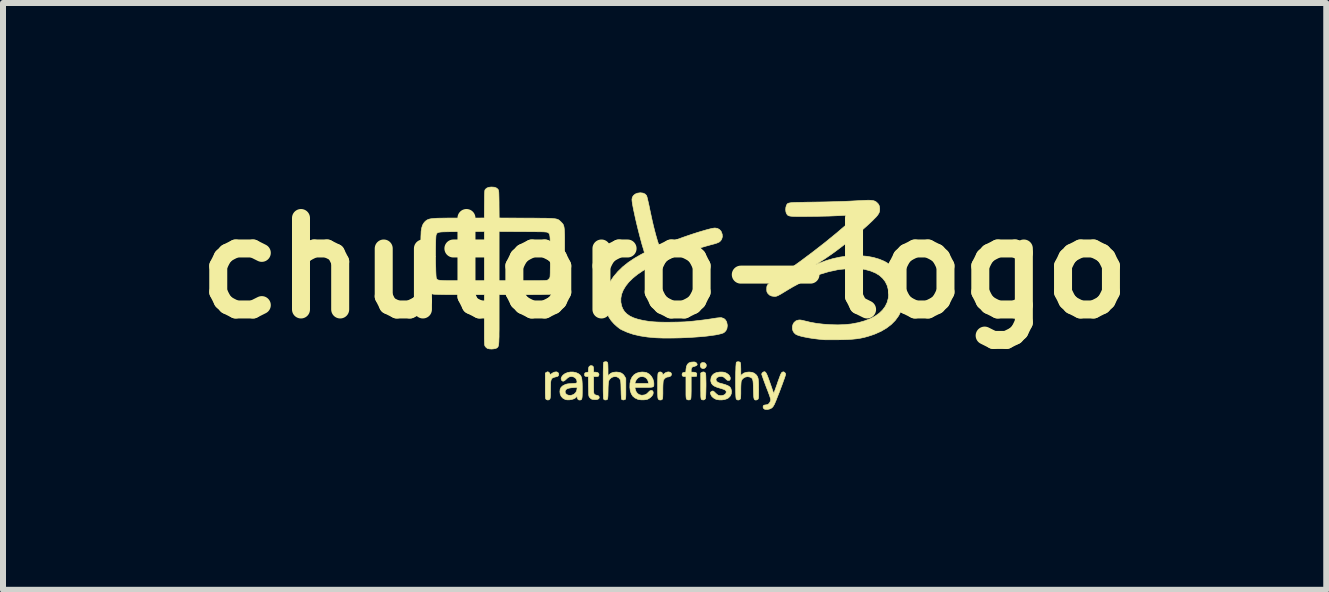
<source format=kicad_pcb>
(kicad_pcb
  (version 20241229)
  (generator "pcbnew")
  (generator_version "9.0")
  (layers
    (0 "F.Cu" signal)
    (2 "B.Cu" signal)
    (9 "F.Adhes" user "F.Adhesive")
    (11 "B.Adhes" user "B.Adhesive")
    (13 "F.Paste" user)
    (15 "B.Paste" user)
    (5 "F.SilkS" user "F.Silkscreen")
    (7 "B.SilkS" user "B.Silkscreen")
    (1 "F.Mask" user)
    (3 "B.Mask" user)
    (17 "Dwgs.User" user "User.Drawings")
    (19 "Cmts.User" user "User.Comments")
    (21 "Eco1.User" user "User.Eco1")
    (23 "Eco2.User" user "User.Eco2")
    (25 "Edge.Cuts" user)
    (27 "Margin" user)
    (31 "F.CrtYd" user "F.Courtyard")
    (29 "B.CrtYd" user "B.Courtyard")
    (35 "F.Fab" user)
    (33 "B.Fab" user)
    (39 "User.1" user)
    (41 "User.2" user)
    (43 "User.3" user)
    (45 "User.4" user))
  (footprint "chutoro-logo"
    (layer "F.Cu")
    (at 8.026 1.418)
    (property "Reference" "chutoro-logo" (at 0 0 0) (layer "F.SilkS") (effects (font (size 1.524 1.524) (thickness 0.3))))
    (attr through_hole)
    (fp_poly (pts (xy 0.658 1.575) (xy 0.677 1.584) (xy 0.684 1.591) (xy 0.695 1.612) (xy 0.694 1.635) (xy 0.684 1.655) (xy 0.666 1.669) (xy 0.643 1.675) (xy 0.624 1.671) (xy 0.607 1.659) (xy 0.597 1.64) (xy 0.595 1.618) (xy 0.6 1.596) (xy 0.613 1.581) (xy 0.63 1.574) (xy 0.658 1.575)) (stroke (width 0.01) (type solid)) (fill yes) (layer "F.SilkS"))
    (fp_poly (pts (xy 0.663 1.734) (xy 0.679 1.747) (xy 0.683 1.754) (xy 0.685 1.768) (xy 0.687 1.793) (xy 0.688 1.828) (xy 0.689 1.871) (xy 0.69 1.917) (xy 0.69 1.967) (xy 0.689 2.016) (xy 0.688 2.062) (xy 0.687 2.104) (xy 0.685 2.139) (xy 0.683 2.164) (xy 0.68 2.177) (xy 0.68 2.177) (xy 0.665 2.192) (xy 0.645 2.198) (xy 0.624 2.194) (xy 0.614 2.188) (xy 0.611 2.183) (xy 0.608 2.175) (xy 0.606 2.162) (xy 0.604 2.143) (xy 0.603 2.116) (xy 0.603 2.08) (xy 0.602 2.032) (xy 0.602 1.971) (xy 0.602 1.963) (xy 0.602 1.749) (xy 0.62 1.738) (xy 0.642 1.73) (xy 0.663 1.734)) (stroke (width 0.01) (type solid)) (fill yes) (layer "F.SilkS"))
    (fp_poly (pts (xy -1.942 1.73) (xy -1.931 1.735) (xy -1.915 1.751) (xy -1.91 1.765) (xy -1.908 1.783) (xy -1.888 1.763) (xy -1.867 1.748) (xy -1.842 1.736) (xy -1.836 1.734) (xy -1.806 1.729) (xy -1.783 1.736) (xy -1.768 1.752) (xy -1.765 1.766) (xy -1.767 1.788) (xy -1.78 1.803) (xy -1.806 1.811) (xy -1.832 1.817) (xy -1.856 1.826) (xy -1.871 1.833) (xy -1.881 1.843) (xy -1.889 1.858) (xy -1.895 1.878) (xy -1.899 1.907) (xy -1.9 1.946) (xy -1.901 1.996) (xy -1.901 2.027) (xy -1.902 2.077) (xy -1.902 2.115) (xy -1.904 2.143) (xy -1.906 2.162) (xy -1.909 2.175) (xy -1.913 2.183) (xy -1.913 2.183) (xy -1.93 2.196) (xy -1.951 2.198) (xy -1.971 2.19) (xy -1.976 2.186) (xy -1.98 2.18) (xy -1.983 2.172) (xy -1.985 2.159) (xy -1.986 2.14) (xy -1.987 2.114) (xy -1.988 2.077) (xy -1.988 2.03) (xy -1.988 1.97) (xy -1.988 1.961) (xy -1.988 1.749) (xy -1.969 1.737) (xy -1.954 1.729) (xy -1.942 1.73)) (stroke (width 0.01) (type solid)) (fill yes) (layer "F.SilkS"))
    (fp_poly (pts (xy 0.093 1.736) (xy 0.109 1.749) (xy 0.11 1.75) (xy 0.115 1.773) (xy 0.108 1.792) (xy 0.09 1.806) (xy 0.062 1.814) (xy 0.051 1.814) (xy 0.027 1.821) (xy 0.004 1.838) (xy -0.015 1.861) (xy -0.022 1.878) (xy -0.024 1.894) (xy -0.026 1.921) (xy -0.028 1.958) (xy -0.029 2) (xy -0.029 2.041) (xy -0.029 2.09) (xy -0.03 2.126) (xy -0.031 2.152) (xy -0.033 2.17) (xy -0.036 2.181) (xy -0.04 2.187) (xy -0.04 2.188) (xy -0.059 2.198) (xy -0.082 2.198) (xy -0.101 2.188) (xy -0.105 2.183) (xy -0.108 2.176) (xy -0.111 2.165) (xy -0.113 2.149) (xy -0.114 2.126) (xy -0.115 2.094) (xy -0.116 2.052) (xy -0.116 1.998) (xy -0.116 1.969) (xy -0.116 1.916) (xy -0.115 1.867) (xy -0.114 1.825) (xy -0.113 1.79) (xy -0.111 1.766) (xy -0.109 1.754) (xy -0.109 1.754) (xy -0.098 1.739) (xy -0.087 1.732) (xy -0.066 1.731) (xy -0.048 1.738) (xy -0.037 1.75) (xy -0.036 1.756) (xy -0.033 1.771) (xy -0.024 1.773) (xy -0.009 1.762) (xy -0.007 1.76) (xy 0.016 1.743) (xy 0.042 1.733) (xy 0.069 1.73) (xy 0.093 1.736)) (stroke (width 0.01) (type solid)) (fill yes) (layer "F.SilkS"))
    (fp_poly (pts (xy 0.499 1.565) (xy 0.515 1.569) (xy 0.526 1.576) (xy 0.53 1.581) (xy 0.54 1.595) (xy 0.544 1.603) (xy 0.538 1.618) (xy 0.52 1.63) (xy 0.496 1.638) (xy 0.495 1.638) (xy 0.467 1.646) (xy 0.451 1.662) (xy 0.443 1.689) (xy 0.443 1.703) (xy 0.443 1.734) (xy 0.471 1.734) (xy 0.495 1.736) (xy 0.517 1.741) (xy 0.519 1.742) (xy 0.531 1.749) (xy 0.536 1.76) (xy 0.536 1.776) (xy 0.533 1.803) (xy 0.488 1.806) (xy 0.443 1.808) (xy 0.443 1.992) (xy 0.443 2.05) (xy 0.442 2.094) (xy 0.441 2.128) (xy 0.44 2.153) (xy 0.438 2.169) (xy 0.436 2.18) (xy 0.433 2.186) (xy 0.431 2.188) (xy 0.413 2.197) (xy 0.39 2.197) (xy 0.37 2.188) (xy 0.368 2.186) (xy 0.364 2.18) (xy 0.361 2.171) (xy 0.359 2.158) (xy 0.357 2.137) (xy 0.356 2.108) (xy 0.356 2.07) (xy 0.356 2.019) (xy 0.356 1.99) (xy 0.356 1.807) (xy 0.332 1.807) (xy 0.308 1.804) (xy 0.295 1.795) (xy 0.291 1.777) (xy 0.292 1.77) (xy 0.295 1.754) (xy 0.302 1.745) (xy 0.32 1.74) (xy 0.324 1.739) (xy 0.354 1.732) (xy 0.357 1.684) (xy 0.365 1.638) (xy 0.38 1.604) (xy 0.404 1.581) (xy 0.438 1.568) (xy 0.474 1.565) (xy 0.499 1.565)) (stroke (width 0.01) (type solid)) (fill yes) (layer "F.SilkS"))
    (fp_poly (pts (xy -1.204 1.629) (xy -1.191 1.639) (xy -1.185 1.66) (xy -1.183 1.692) (xy -1.183 1.694) (xy -1.183 1.734) (xy -1.152 1.734) (xy -1.121 1.739) (xy -1.101 1.751) (xy -1.093 1.77) (xy -1.097 1.791) (xy -1.102 1.8) (xy -1.112 1.805) (xy -1.13 1.807) (xy -1.143 1.807) (xy -1.183 1.807) (xy -1.183 1.949) (xy -1.183 1.998) (xy -1.182 2.034) (xy -1.182 2.06) (xy -1.18 2.078) (xy -1.177 2.09) (xy -1.174 2.098) (xy -1.169 2.104) (xy -1.168 2.105) (xy -1.15 2.115) (xy -1.133 2.119) (xy -1.11 2.124) (xy -1.094 2.138) (xy -1.089 2.155) (xy -1.094 2.174) (xy -1.11 2.185) (xy -1.137 2.191) (xy -1.156 2.192) (xy -1.183 2.19) (xy -1.207 2.186) (xy -1.219 2.182) (xy -1.235 2.17) (xy -1.251 2.153) (xy -1.251 2.153) (xy -1.256 2.146) (xy -1.26 2.137) (xy -1.263 2.125) (xy -1.265 2.107) (xy -1.266 2.083) (xy -1.267 2.049) (xy -1.268 2.003) (xy -1.269 1.97) (xy -1.271 1.807) (xy -1.294 1.807) (xy -1.318 1.804) (xy -1.331 1.795) (xy -1.334 1.776) (xy -1.334 1.77) (xy -1.331 1.754) (xy -1.323 1.745) (xy -1.307 1.74) (xy -1.301 1.739) (xy -1.27 1.732) (xy -1.27 1.695) (xy -1.266 1.66) (xy -1.256 1.638) (xy -1.237 1.627) (xy -1.223 1.626) (xy -1.204 1.629)) (stroke (width 0.01) (type solid)) (fill yes) (layer "F.SilkS"))
    (fp_poly (pts (xy -0.335 1.735) (xy -0.302 1.742) (xy -0.294 1.745) (xy -0.253 1.769) (xy -0.22 1.805) (xy -0.195 1.849) (xy -0.181 1.898) (xy -0.179 1.923) (xy -0.179 1.944) (xy -0.18 1.96) (xy -0.184 1.971) (xy -0.194 1.979) (xy -0.21 1.984) (xy -0.235 1.987) (xy -0.269 1.988) (xy -0.316 1.988) (xy -0.346 1.988) (xy -0.495 1.988) (xy -0.49 2.016) (xy -0.476 2.057) (xy -0.453 2.089) (xy -0.422 2.11) (xy -0.383 2.119) (xy -0.376 2.119) (xy -0.332 2.113) (xy -0.296 2.095) (xy -0.268 2.067) (xy -0.247 2.047) (xy -0.225 2.039) (xy -0.207 2.041) (xy -0.194 2.054) (xy -0.189 2.078) (xy -0.189 2.079) (xy -0.195 2.107) (xy -0.214 2.135) (xy -0.242 2.161) (xy -0.276 2.182) (xy -0.279 2.184) (xy -0.31 2.192) (xy -0.348 2.196) (xy -0.389 2.196) (xy -0.427 2.191) (xy -0.448 2.186) (xy -0.494 2.164) (xy -0.53 2.134) (xy -0.555 2.094) (xy -0.572 2.045) (xy -0.579 1.988) (xy -0.577 1.923) (xy -0.495 1.923) (xy -0.267 1.923) (xy -0.271 1.898) (xy -0.283 1.862) (xy -0.306 1.834) (xy -0.336 1.815) (xy -0.371 1.808) (xy -0.408 1.812) (xy -0.426 1.819) (xy -0.451 1.837) (xy -0.473 1.864) (xy -0.488 1.895) (xy -0.49 1.903) (xy -0.495 1.923) (xy -0.577 1.923) (xy -0.577 1.922) (xy -0.565 1.865) (xy -0.543 1.818) (xy -0.511 1.78) (xy -0.471 1.753) (xy -0.421 1.737) (xy -0.374 1.732) (xy -0.335 1.735)) (stroke (width 0.01) (type solid)) (fill yes) (layer "F.SilkS"))
    (fp_poly (pts (xy 1.672 1.729) (xy 1.68 1.734) (xy 1.689 1.745) (xy 1.699 1.762) (xy 1.711 1.788) (xy 1.725 1.824) (xy 1.742 1.871) (xy 1.759 1.919) (xy 1.819 2.092) (xy 1.846 2.016) (xy 1.859 1.98) (xy 1.875 1.935) (xy 1.891 1.887) (xy 1.907 1.844) (xy 1.922 1.803) (xy 1.933 1.774) (xy 1.943 1.755) (xy 1.951 1.742) (xy 1.96 1.735) (xy 1.96 1.735) (xy 1.976 1.729) (xy 1.988 1.731) (xy 1.999 1.737) (xy 2.014 1.754) (xy 2.017 1.77) (xy 2.015 1.781) (xy 2.008 1.804) (xy 1.997 1.837) (xy 1.982 1.877) (xy 1.966 1.923) (xy 1.947 1.973) (xy 1.928 2.025) (xy 1.908 2.077) (xy 1.888 2.127) (xy 1.87 2.173) (xy 1.854 2.214) (xy 1.84 2.246) (xy 1.83 2.27) (xy 1.827 2.275) (xy 1.808 2.307) (xy 1.788 2.329) (xy 1.763 2.343) (xy 1.751 2.348) (xy 1.711 2.357) (xy 1.675 2.354) (xy 1.662 2.349) (xy 1.647 2.335) (xy 1.641 2.317) (xy 1.644 2.298) (xy 1.652 2.288) (xy 1.667 2.282) (xy 1.689 2.279) (xy 1.693 2.279) (xy 1.722 2.272) (xy 1.745 2.252) (xy 1.762 2.221) (xy 1.765 2.213) (xy 1.767 2.204) (xy 1.768 2.195) (xy 1.767 2.184) (xy 1.763 2.169) (xy 1.757 2.149) (xy 1.748 2.122) (xy 1.735 2.087) (xy 1.718 2.041) (xy 1.695 1.983) (xy 1.676 1.932) (xy 1.658 1.884) (xy 1.643 1.842) (xy 1.631 1.807) (xy 1.622 1.782) (xy 1.618 1.767) (xy 1.618 1.766) (xy 1.625 1.749) (xy 1.64 1.735) (xy 1.658 1.727) (xy 1.662 1.727) (xy 1.672 1.729)) (stroke (width 0.01) (type solid)) (fill yes) (layer "F.SilkS"))
    (fp_poly (pts (xy 0.972 1.733) (xy 0.998 1.738) (xy 1.022 1.747) (xy 1.025 1.748) (xy 1.061 1.771) (xy 1.084 1.798) (xy 1.095 1.828) (xy 1.093 1.854) (xy 1.086 1.867) (xy 1.073 1.872) (xy 1.065 1.872) (xy 1.048 1.87) (xy 1.032 1.86) (xy 1.016 1.843) (xy 0.986 1.817) (xy 0.952 1.805) (xy 0.914 1.807) (xy 0.909 1.808) (xy 0.878 1.821) (xy 0.861 1.838) (xy 0.856 1.859) (xy 0.863 1.882) (xy 0.883 1.901) (xy 0.913 1.915) (xy 0.918 1.916) (xy 0.973 1.931) (xy 1.016 1.944) (xy 1.049 1.957) (xy 1.072 1.969) (xy 1.089 1.983) (xy 1.101 2) (xy 1.107 2.014) (xy 1.116 2.056) (xy 1.111 2.096) (xy 1.094 2.132) (xy 1.066 2.162) (xy 1.04 2.177) (xy 1.001 2.19) (xy 0.955 2.197) (xy 0.908 2.196) (xy 0.866 2.189) (xy 0.853 2.185) (xy 0.812 2.162) (xy 0.783 2.133) (xy 0.768 2.102) (xy 0.763 2.083) (xy 0.764 2.072) (xy 0.773 2.062) (xy 0.776 2.06) (xy 0.792 2.05) (xy 0.807 2.048) (xy 0.823 2.058) (xy 0.844 2.078) (xy 0.845 2.079) (xy 0.865 2.098) (xy 0.884 2.113) (xy 0.895 2.119) (xy 0.927 2.126) (xy 0.96 2.124) (xy 0.99 2.115) (xy 1.013 2.099) (xy 1.022 2.086) (xy 1.028 2.065) (xy 1.024 2.048) (xy 1.01 2.033) (xy 0.983 2.02) (xy 0.943 2.007) (xy 0.929 2.003) (xy 0.873 1.986) (xy 0.83 1.967) (xy 0.799 1.945) (xy 0.78 1.919) (xy 0.771 1.889) (xy 0.769 1.869) (xy 0.775 1.825) (xy 0.793 1.788) (xy 0.822 1.761) (xy 0.861 1.742) (xy 0.912 1.733) (xy 0.937 1.732) (xy 0.972 1.733)) (stroke (width 0.01) (type solid)) (fill yes) (layer "F.SilkS"))
    (fp_poly (pts (xy -0.969 1.561) (xy -0.958 1.565) (xy -0.951 1.574) (xy -0.947 1.589) (xy -0.945 1.614) (xy -0.944 1.65) (xy -0.943 1.686) (xy -0.943 1.794) (xy -0.923 1.774) (xy -0.893 1.751) (xy -0.855 1.737) (xy -0.808 1.732) (xy -0.805 1.732) (xy -0.756 1.737) (xy -0.717 1.751) (xy -0.687 1.775) (xy -0.667 1.802) (xy -0.646 1.84) (xy -0.646 2.012) (xy -0.646 2.066) (xy -0.646 2.108) (xy -0.647 2.139) (xy -0.648 2.16) (xy -0.65 2.175) (xy -0.652 2.183) (xy -0.656 2.188) (xy -0.66 2.191) (xy -0.686 2.198) (xy -0.709 2.193) (xy -0.711 2.192) (xy -0.715 2.187) (xy -0.718 2.177) (xy -0.72 2.16) (xy -0.722 2.135) (xy -0.724 2.099) (xy -0.725 2.051) (xy -0.726 2.03) (xy -0.727 1.978) (xy -0.728 1.938) (xy -0.73 1.909) (xy -0.732 1.887) (xy -0.735 1.872) (xy -0.739 1.861) (xy -0.744 1.853) (xy -0.766 1.827) (xy -0.796 1.812) (xy -0.829 1.808) (xy -0.862 1.814) (xy -0.892 1.83) (xy -0.917 1.855) (xy -0.926 1.87) (xy -0.931 1.882) (xy -0.934 1.897) (xy -0.937 1.917) (xy -0.939 1.944) (xy -0.941 1.981) (xy -0.942 2.029) (xy -0.942 2.039) (xy -0.943 2.089) (xy -0.944 2.127) (xy -0.946 2.153) (xy -0.948 2.171) (xy -0.951 2.182) (xy -0.955 2.189) (xy -0.956 2.19) (xy -0.977 2.198) (xy -0.999 2.196) (xy -1.012 2.188) (xy -1.015 2.183) (xy -1.017 2.176) (xy -1.019 2.164) (xy -1.02 2.146) (xy -1.021 2.122) (xy -1.022 2.088) (xy -1.023 2.045) (xy -1.023 1.991) (xy -1.023 1.925) (xy -1.023 1.877) (xy -1.023 1.797) (xy -1.023 1.732) (xy -1.022 1.678) (xy -1.021 1.637) (xy -1.02 1.606) (xy -1.018 1.585) (xy -1.016 1.573) (xy -1.015 1.569) (xy -1.001 1.563) (xy -0.983 1.56) (xy -0.969 1.561)) (stroke (width 0.01) (type solid)) (fill yes) (layer "F.SilkS"))
    (fp_poly (pts (xy 1.238 1.561) (xy 1.256 1.568) (xy 1.262 1.574) (xy 1.265 1.587) (xy 1.268 1.61) (xy 1.269 1.642) (xy 1.27 1.68) (xy 1.27 1.69) (xy 1.27 1.792) (xy 1.288 1.774) (xy 1.322 1.749) (xy 1.366 1.736) (xy 1.408 1.732) (xy 1.455 1.737) (xy 1.493 1.751) (xy 1.524 1.776) (xy 1.531 1.783) (xy 1.542 1.799) (xy 1.551 1.816) (xy 1.558 1.837) (xy 1.562 1.864) (xy 1.565 1.898) (xy 1.567 1.942) (xy 1.567 1.998) (xy 1.568 2.023) (xy 1.567 2.074) (xy 1.567 2.113) (xy 1.566 2.141) (xy 1.565 2.16) (xy 1.562 2.173) (xy 1.559 2.181) (xy 1.555 2.186) (xy 1.554 2.187) (xy 1.537 2.196) (xy 1.523 2.199) (xy 1.511 2.198) (xy 1.502 2.194) (xy 1.495 2.186) (xy 1.49 2.172) (xy 1.486 2.15) (xy 1.484 2.118) (xy 1.482 2.075) (xy 1.48 2.021) (xy 1.479 1.964) (xy 1.477 1.92) (xy 1.474 1.886) (xy 1.469 1.862) (xy 1.462 1.845) (xy 1.452 1.832) (xy 1.439 1.824) (xy 1.422 1.817) (xy 1.418 1.815) (xy 1.382 1.809) (xy 1.346 1.816) (xy 1.315 1.833) (xy 1.29 1.858) (xy 1.277 1.886) (xy 1.275 1.901) (xy 1.273 1.929) (xy 1.271 1.965) (xy 1.27 2.007) (xy 1.27 2.044) (xy 1.27 2.091) (xy 1.269 2.126) (xy 1.268 2.15) (xy 1.266 2.167) (xy 1.264 2.177) (xy 1.259 2.184) (xy 1.257 2.187) (xy 1.236 2.198) (xy 1.214 2.197) (xy 1.196 2.185) (xy 1.194 2.182) (xy 1.191 2.17) (xy 1.188 2.146) (xy 1.186 2.112) (xy 1.185 2.069) (xy 1.184 2.019) (xy 1.183 1.965) (xy 1.183 1.908) (xy 1.183 1.849) (xy 1.184 1.792) (xy 1.185 1.737) (xy 1.187 1.687) (xy 1.188 1.643) (xy 1.191 1.607) (xy 1.193 1.582) (xy 1.196 1.569) (xy 1.197 1.567) (xy 1.217 1.561) (xy 1.238 1.561)) (stroke (width 0.01) (type solid)) (fill yes) (layer "F.SilkS"))
    (fp_poly (pts (xy -1.524 1.732) (xy -1.479 1.741) (xy -1.439 1.758) (xy -1.407 1.783) (xy -1.405 1.786) (xy -1.394 1.801) (xy -1.386 1.821) (xy -1.38 1.847) (xy -1.376 1.88) (xy -1.373 1.923) (xy -1.372 1.977) (xy -1.372 2.023) (xy -1.372 2.079) (xy -1.373 2.121) (xy -1.375 2.152) (xy -1.379 2.174) (xy -1.385 2.188) (xy -1.394 2.195) (xy -1.405 2.198) (xy -1.415 2.199) (xy -1.435 2.195) (xy -1.448 2.181) (xy -1.456 2.156) (xy -1.46 2.141) (xy -1.464 2.139) (xy -1.467 2.144) (xy -1.485 2.163) (xy -1.514 2.179) (xy -1.549 2.19) (xy -1.588 2.196) (xy -1.625 2.196) (xy -1.657 2.189) (xy -1.696 2.167) (xy -1.724 2.137) (xy -1.74 2.098) (xy -1.744 2.068) (xy -1.658 2.068) (xy -1.649 2.09) (xy -1.629 2.109) (xy -1.602 2.119) (xy -1.564 2.122) (xy -1.526 2.11) (xy -1.509 2.101) (xy -1.482 2.076) (xy -1.465 2.043) (xy -1.459 2.01) (xy -1.459 1.987) (xy -1.526 1.992) (xy -1.559 1.995) (xy -1.588 2) (xy -1.61 2.005) (xy -1.616 2.007) (xy -1.642 2.023) (xy -1.656 2.045) (xy -1.658 2.068) (xy -1.744 2.068) (xy -1.745 2.061) (xy -1.741 2.022) (xy -1.727 1.991) (xy -1.703 1.966) (xy -1.675 1.95) (xy -1.649 1.938) (xy -1.624 1.931) (xy -1.593 1.927) (xy -1.57 1.926) (xy -1.527 1.923) (xy -1.497 1.921) (xy -1.477 1.918) (xy -1.466 1.913) (xy -1.46 1.907) (xy -1.459 1.899) (xy -1.459 1.897) (xy -1.465 1.863) (xy -1.483 1.835) (xy -1.511 1.816) (xy -1.545 1.807) (xy -1.552 1.807) (xy -1.579 1.81) (xy -1.603 1.82) (xy -1.628 1.84) (xy -1.642 1.854) (xy -1.667 1.876) (xy -1.688 1.885) (xy -1.704 1.882) (xy -1.717 1.869) (xy -1.725 1.845) (xy -1.719 1.82) (xy -1.7 1.792) (xy -1.693 1.784) (xy -1.659 1.758) (xy -1.617 1.741) (xy -1.571 1.732) (xy -1.524 1.732)) (stroke (width 0.01) (type solid)) (fill yes) (layer "F.SilkS"))
    (fp_poly (pts (xy -0.359 -1.25) (xy -0.325 -1.234) (xy -0.301 -1.209) (xy -0.297 -1.198) (xy -0.29 -1.174) (xy -0.282 -1.14) (xy -0.272 -1.098) (xy -0.261 -1.049) (xy -0.25 -0.997) (xy -0.25 -0.994) (xy -0.229 -0.896) (xy -0.208 -0.798) (xy -0.186 -0.704) (xy -0.164 -0.617) (xy -0.143 -0.538) (xy -0.123 -0.469) (xy -0.116 -0.446) (xy -0.106 -0.416) (xy -0.098 -0.391) (xy -0.092 -0.374) (xy -0.09 -0.369) (xy -0.082 -0.368) (xy -0.065 -0.373) (xy -0.049 -0.379) (xy 0.037 -0.413) (xy 0.125 -0.447) (xy 0.214 -0.479) (xy 0.302 -0.511) (xy 0.388 -0.541) (xy 0.471 -0.569) (xy 0.549 -0.594) (xy 0.622 -0.616) (xy 0.687 -0.635) (xy 0.743 -0.65) (xy 0.789 -0.661) (xy 0.825 -0.667) (xy 0.84 -0.668) (xy 0.879 -0.662) (xy 0.913 -0.644) (xy 0.938 -0.618) (xy 0.943 -0.61) (xy 0.96 -0.565) (xy 0.963 -0.522) (xy 0.952 -0.484) (xy 0.935 -0.456) (xy 0.91 -0.434) (xy 0.874 -0.418) (xy 0.853 -0.411) (xy 0.834 -0.405) (xy 0.804 -0.397) (xy 0.766 -0.387) (xy 0.724 -0.375) (xy 0.694 -0.367) (xy 0.581 -0.334) (xy 0.465 -0.298) (xy 0.349 -0.26) (xy 0.235 -0.22) (xy 0.124 -0.179) (xy 0.019 -0.139) (xy -0.079 -0.098) (xy -0.168 -0.059) (xy -0.244 -0.022) (xy -0.267 -0.011) (xy -0.367 0.047) (xy -0.455 0.107) (xy -0.532 0.17) (xy -0.597 0.234) (xy -0.649 0.3) (xy -0.689 0.367) (xy -0.716 0.434) (xy -0.729 0.502) (xy -0.729 0.568) (xy -0.715 0.634) (xy -0.696 0.68) (xy -0.668 0.725) (xy -0.628 0.765) (xy -0.578 0.8) (xy -0.516 0.829) (xy -0.442 0.853) (xy -0.355 0.873) (xy -0.255 0.889) (xy -0.214 0.893) (xy -0.174 0.896) (xy -0.123 0.899) (xy -0.062 0.901) (xy 0.005 0.902) (xy 0.076 0.902) (xy 0.147 0.901) (xy 0.216 0.9) (xy 0.281 0.898) (xy 0.338 0.896) (xy 0.377 0.893) (xy 0.477 0.884) (xy 0.583 0.872) (xy 0.689 0.859) (xy 0.789 0.844) (xy 0.818 0.839) (xy 0.872 0.831) (xy 0.914 0.827) (xy 0.942 0.826) (xy 0.949 0.827) (xy 0.988 0.84) (xy 1.016 0.865) (xy 1.035 0.899) (xy 1.044 0.944) (xy 1.045 0.963) (xy 1.039 1.007) (xy 1.021 1.044) (xy 0.993 1.072) (xy 0.978 1.081) (xy 0.946 1.092) (xy 0.902 1.103) (xy 0.847 1.114) (xy 0.781 1.123) (xy 0.707 1.133) (xy 0.626 1.141) (xy 0.539 1.148) (xy 0.448 1.154) (xy 0.354 1.159) (xy 0.259 1.163) (xy 0.165 1.165) (xy 0.072 1.166) (xy -0.017 1.166) (xy -0.101 1.163) (xy -0.149 1.161) (xy -0.283 1.149) (xy -0.408 1.13) (xy -0.521 1.104) (xy -0.622 1.07) (xy -0.711 1.03) (xy -0.739 1.015) (xy -0.761 0.999) (xy -0.789 0.977) (xy -0.819 0.95) (xy -0.842 0.929) (xy -0.89 0.875) (xy -0.927 0.82) (xy -0.955 0.759) (xy -0.973 0.7) (xy -0.982 0.655) (xy -0.988 0.601) (xy -0.99 0.543) (xy -0.989 0.486) (xy -0.984 0.434) (xy -0.977 0.397) (xy -0.949 0.31) (xy -0.906 0.224) (xy -0.849 0.14) (xy -0.78 0.059) (xy -0.699 -0.02) (xy -0.605 -0.095) (xy -0.5 -0.165) (xy -0.403 -0.221) (xy -0.375 -0.236) (xy -0.353 -0.248) (xy -0.34 -0.255) (xy -0.336 -0.257) (xy -0.338 -0.264) (xy -0.343 -0.282) (xy -0.35 -0.308) (xy -0.36 -0.34) (xy -0.378 -0.4) (xy -0.396 -0.467) (xy -0.415 -0.538) (xy -0.434 -0.613) (xy -0.453 -0.689) (xy -0.471 -0.764) (xy -0.488 -0.838) (xy -0.503 -0.908) (xy -0.517 -0.972) (xy -0.528 -1.029) (xy -0.537 -1.078) (xy -0.542 -1.116) (xy -0.544 -1.142) (xy -0.544 -1.143) (xy -0.538 -1.179) (xy -0.519 -1.21) (xy -0.489 -1.234) (xy -0.452 -1.249) (xy -0.407 -1.255) (xy -0.403 -1.255) (xy -0.359 -1.25)) (stroke (width 0.01) (type solid)) (fill yes) (layer "F.SilkS"))
    (fp_poly (pts (xy 3.431 -1.13) (xy 3.462 -1.127) (xy 3.487 -1.122) (xy 3.508 -1.114) (xy 3.526 -1.103) (xy 3.537 -1.094) (xy 3.563 -1.067) (xy 3.579 -1.035) (xy 3.585 -0.995) (xy 3.585 -0.982) (xy 3.584 -0.956) (xy 3.578 -0.931) (xy 3.567 -0.908) (xy 3.55 -0.882) (xy 3.525 -0.852) (xy 3.49 -0.817) (xy 3.471 -0.797) (xy 3.397 -0.727) (xy 3.314 -0.653) (xy 3.225 -0.577) (xy 3.132 -0.499) (xy 3.036 -0.423) (xy 2.939 -0.348) (xy 2.845 -0.277) (xy 2.754 -0.212) (xy 2.669 -0.154) (xy 2.592 -0.105) (xy 2.587 -0.102) (xy 2.559 -0.085) (xy 2.537 -0.071) (xy 2.523 -0.062) (xy 2.519 -0.058) (xy 2.528 -0.061) (xy 2.546 -0.068) (xy 2.571 -0.078) (xy 2.582 -0.083) (xy 2.694 -0.125) (xy 2.809 -0.159) (xy 2.926 -0.184) (xy 3.042 -0.2) (xy 3.158 -0.208) (xy 3.27 -0.206) (xy 3.378 -0.196) (xy 3.481 -0.177) (xy 3.576 -0.149) (xy 3.663 -0.113) (xy 3.74 -0.068) (xy 3.748 -0.063) (xy 3.78 -0.037) (xy 3.815 -0.006) (xy 3.849 0.028) (xy 3.877 0.059) (xy 3.891 0.078) (xy 3.934 0.153) (xy 3.966 0.236) (xy 3.987 0.326) (xy 3.996 0.419) (xy 3.992 0.515) (xy 3.992 0.521) (xy 3.974 0.619) (xy 3.944 0.71) (xy 3.901 0.794) (xy 3.846 0.87) (xy 3.778 0.939) (xy 3.698 1) (xy 3.606 1.054) (xy 3.502 1.1) (xy 3.451 1.118) (xy 3.388 1.138) (xy 3.327 1.155) (xy 3.265 1.168) (xy 3.201 1.178) (xy 3.132 1.185) (xy 3.054 1.19) (xy 2.966 1.193) (xy 2.899 1.194) (xy 2.843 1.194) (xy 2.789 1.194) (xy 2.742 1.194) (xy 2.701 1.194) (xy 2.67 1.194) (xy 2.652 1.193) (xy 2.649 1.193) (xy 2.561 1.184) (xy 2.478 1.174) (xy 2.402 1.162) (xy 2.334 1.149) (xy 2.276 1.136) (xy 2.229 1.122) (xy 2.194 1.108) (xy 2.186 1.103) (xy 2.158 1.078) (xy 2.139 1.046) (xy 2.13 1.01) (xy 2.13 0.973) (xy 2.14 0.937) (xy 2.158 0.906) (xy 2.186 0.882) (xy 2.2 0.875) (xy 2.227 0.867) (xy 2.255 0.864) (xy 2.288 0.869) (xy 2.326 0.878) (xy 2.426 0.902) (xy 2.535 0.922) (xy 2.651 0.935) (xy 2.77 0.943) (xy 2.887 0.946) (xy 3 0.942) (xy 3.104 0.932) (xy 3.118 0.93) (xy 3.229 0.909) (xy 3.331 0.88) (xy 3.423 0.845) (xy 3.504 0.803) (xy 3.574 0.754) (xy 3.631 0.7) (xy 3.676 0.64) (xy 3.708 0.575) (xy 3.708 0.575) (xy 3.728 0.502) (xy 3.734 0.427) (xy 3.726 0.352) (xy 3.708 0.288) (xy 3.677 0.225) (xy 3.633 0.169) (xy 3.578 0.12) (xy 3.511 0.08) (xy 3.433 0.048) (xy 3.345 0.024) (xy 3.309 0.017) (xy 3.263 0.012) (xy 3.206 0.009) (xy 3.141 0.008) (xy 3.074 0.01) (xy 3.006 0.014) (xy 2.941 0.02) (xy 2.884 0.027) (xy 2.877 0.029) (xy 2.734 0.06) (xy 2.59 0.103) (xy 2.443 0.159) (xy 2.293 0.229) (xy 2.14 0.311) (xy 2.065 0.355) (xy 2.011 0.388) (xy 1.968 0.414) (xy 1.935 0.434) (xy 1.909 0.448) (xy 1.889 0.459) (xy 1.873 0.465) (xy 1.861 0.469) (xy 1.85 0.471) (xy 1.838 0.472) (xy 1.83 0.472) (xy 1.785 0.466) (xy 1.748 0.449) (xy 1.721 0.422) (xy 1.71 0.405) (xy 1.704 0.388) (xy 1.702 0.365) (xy 1.702 0.349) (xy 1.703 0.319) (xy 1.707 0.298) (xy 1.716 0.281) (xy 1.718 0.278) (xy 1.729 0.267) (xy 1.75 0.25) (xy 1.779 0.228) (xy 1.815 0.202) (xy 1.855 0.174) (xy 1.878 0.158) (xy 2.079 0.019) (xy 2.279 -0.125) (xy 2.476 -0.273) (xy 2.669 -0.423) (xy 2.853 -0.573) (xy 3.028 -0.722) (xy 3.101 -0.785) (xy 3.135 -0.816) (xy 3.164 -0.843) (xy 3.188 -0.865) (xy 3.204 -0.881) (xy 3.212 -0.89) (xy 3.212 -0.891) (xy 3.204 -0.891) (xy 3.184 -0.891) (xy 3.155 -0.89) (xy 3.119 -0.888) (xy 3.101 -0.886) (xy 2.926 -0.875) (xy 2.741 -0.867) (xy 2.546 -0.863) (xy 2.373 -0.861) (xy 2.298 -0.861) (xy 2.236 -0.861) (xy 2.185 -0.861) (xy 2.145 -0.862) (xy 2.114 -0.864) (xy 2.09 -0.867) (xy 2.072 -0.872) (xy 2.059 -0.877) (xy 2.049 -0.885) (xy 2.042 -0.894) (xy 2.034 -0.905) (xy 2.032 -0.909) (xy 2.022 -0.936) (xy 2.018 -0.971) (xy 2.02 -1.007) (xy 2.028 -1.038) (xy 2.03 -1.043) (xy 2.035 -1.054) (xy 2.04 -1.063) (xy 2.046 -1.071) (xy 2.055 -1.077) (xy 2.067 -1.082) (xy 2.085 -1.086) (xy 2.108 -1.09) (xy 2.138 -1.092) (xy 2.177 -1.094) (xy 2.226 -1.095) (xy 2.286 -1.096) (xy 2.358 -1.098) (xy 2.437 -1.099) (xy 2.568 -1.101) (xy 2.687 -1.103) (xy 2.796 -1.106) (xy 2.897 -1.109) (xy 2.994 -1.112) (xy 3.088 -1.116) (xy 3.181 -1.121) (xy 3.276 -1.126) (xy 3.278 -1.126) (xy 3.341 -1.129) (xy 3.391 -1.131) (xy 3.431 -1.13)) (stroke (width 0.01) (type solid)) (fill yes) (layer "F.SilkS"))
    (fp_poly (pts (xy -2.837 -1.348) (xy -2.804 -1.336) (xy -2.78 -1.317) (xy -2.774 -1.308) (xy -2.77 -1.302) (xy -2.768 -1.292) (xy -2.765 -1.279) (xy -2.763 -1.26) (xy -2.762 -1.234) (xy -2.761 -1.199) (xy -2.76 -1.154) (xy -2.759 -1.096) (xy -2.759 -1.062) (xy -2.757 -0.835) (xy -2.298 -0.833) (xy -2.2 -0.833) (xy -2.115 -0.832) (xy -2.043 -0.831) (xy -1.982 -0.831) (xy -1.93 -0.829) (xy -1.888 -0.828) (xy -1.853 -0.825) (xy -1.826 -0.822) (xy -1.804 -0.818) (xy -1.786 -0.813) (xy -1.772 -0.807) (xy -1.759 -0.799) (xy -1.749 -0.791) (xy -1.738 -0.78) (xy -1.726 -0.769) (xy -1.715 -0.757) (xy -1.705 -0.747) (xy -1.696 -0.736) (xy -1.689 -0.724) (xy -1.683 -0.71) (xy -1.678 -0.692) (xy -1.674 -0.67) (xy -1.671 -0.642) (xy -1.669 -0.608) (xy -1.667 -0.565) (xy -1.666 -0.514) (xy -1.666 -0.452) (xy -1.666 -0.38) (xy -1.666 -0.295) (xy -1.666 -0.196) (xy -1.666 -0.196) (xy -1.666 -0.103) (xy -1.666 -0.023) (xy -1.666 0.045) (xy -1.666 0.102) (xy -1.666 0.149) (xy -1.667 0.187) (xy -1.668 0.217) (xy -1.669 0.241) (xy -1.67 0.259) (xy -1.672 0.273) (xy -1.674 0.284) (xy -1.676 0.294) (xy -1.679 0.302) (xy -1.68 0.304) (xy -1.702 0.346) (xy -1.734 0.383) (xy -1.773 0.409) (xy -1.782 0.414) (xy -1.797 0.42) (xy -1.815 0.425) (xy -1.835 0.429) (xy -1.86 0.432) (xy -1.891 0.435) (xy -1.928 0.438) (xy -1.973 0.439) (xy -2.027 0.441) (xy -2.091 0.442) (xy -2.166 0.442) (xy -2.254 0.443) (xy -2.346 0.443) (xy -2.758 0.443) (xy -2.758 0.855) (xy -2.758 0.946) (xy -2.758 1.025) (xy -2.759 1.091) (xy -2.759 1.146) (xy -2.761 1.191) (xy -2.762 1.227) (xy -2.764 1.256) (xy -2.767 1.278) (xy -2.77 1.294) (xy -2.774 1.306) (xy -2.779 1.315) (xy -2.785 1.322) (xy -2.793 1.328) (xy -2.796 1.331) (xy -2.817 1.34) (xy -2.848 1.346) (xy -2.882 1.349) (xy -2.916 1.347) (xy -2.945 1.341) (xy -2.952 1.339) (xy -2.972 1.325) (xy -2.989 1.306) (xy -2.99 1.304) (xy -2.993 1.299) (xy -2.996 1.293) (xy -2.998 1.284) (xy -3 1.273) (xy -3.001 1.257) (xy -3.002 1.235) (xy -3.003 1.207) (xy -3.004 1.171) (xy -3.004 1.125) (xy -3.004 1.07) (xy -3.004 1.003) (xy -3.004 0.924) (xy -3.004 0.862) (xy -3.004 0.443) (xy -3.395 0.443) (xy -3.471 0.442) (xy -3.544 0.442) (xy -3.613 0.442) (xy -3.677 0.441) (xy -3.732 0.44) (xy -3.779 0.439) (xy -3.815 0.437) (xy -3.839 0.436) (xy -3.845 0.436) (xy -3.906 0.424) (xy -3.956 0.405) (xy -3.995 0.377) (xy -4.024 0.339) (xy -4.044 0.291) (xy -4.056 0.232) (xy -4.057 0.227) (xy -4.058 0.205) (xy -4.06 0.169) (xy -4.061 0.123) (xy -4.062 0.068) (xy -4.063 0.006) (xy -4.063 -0.062) (xy -4.064 -0.133) (xy -4.064 -0.206) (xy -4.064 -0.258) (xy -3.817 -0.258) (xy -3.817 -0.194) (xy -3.817 -0.13) (xy -3.816 -0.068) (xy -3.814 -0.009) (xy -3.813 0.045) (xy -3.811 0.091) (xy -3.809 0.129) (xy -3.806 0.157) (xy -3.803 0.172) (xy -3.803 0.173) (xy -3.797 0.181) (xy -3.792 0.188) (xy -3.784 0.193) (xy -3.774 0.198) (xy -3.759 0.201) (xy -3.739 0.204) (xy -3.713 0.206) (xy -3.679 0.208) (xy -3.637 0.209) (xy -3.584 0.21) (xy -3.52 0.21) (xy -3.443 0.21) (xy -3.376 0.21) (xy -3.004 0.21) (xy -2.758 0.21) (xy -2.364 0.21) (xy -2.272 0.21) (xy -2.194 0.21) (xy -2.129 0.209) (xy -2.075 0.209) (xy -2.033 0.208) (xy -2 0.207) (xy -1.976 0.205) (xy -1.961 0.203) (xy -1.953 0.201) (xy -1.953 0.201) (xy -1.936 0.189) (xy -1.92 0.172) (xy -1.92 0.172) (xy -1.917 0.167) (xy -1.914 0.161) (xy -1.911 0.153) (xy -1.909 0.142) (xy -1.908 0.127) (xy -1.907 0.105) (xy -1.906 0.076) (xy -1.906 0.039) (xy -1.905 -0.008) (xy -1.905 -0.066) (xy -1.905 -0.136) (xy -1.905 -0.191) (xy -1.905 -0.275) (xy -1.905 -0.345) (xy -1.906 -0.404) (xy -1.907 -0.452) (xy -1.908 -0.49) (xy -1.91 -0.519) (xy -1.913 -0.542) (xy -1.917 -0.559) (xy -1.921 -0.571) (xy -1.928 -0.579) (xy -1.935 -0.586) (xy -1.944 -0.591) (xy -1.948 -0.594) (xy -1.954 -0.596) (xy -1.962 -0.599) (xy -1.974 -0.601) (xy -1.99 -0.602) (xy -2.011 -0.604) (xy -2.04 -0.605) (xy -2.077 -0.606) (xy -2.123 -0.606) (xy -2.18 -0.607) (xy -2.248 -0.607) (xy -2.329 -0.608) (xy -2.364 -0.608) (xy -2.758 -0.61) (xy -2.758 0.21) (xy -3.004 0.21) (xy -3.004 -0.61) (xy -3.376 -0.608) (xy -3.464 -0.608) (xy -3.538 -0.607) (xy -3.599 -0.606) (xy -3.65 -0.605) (xy -3.691 -0.604) (xy -3.724 -0.602) (xy -3.748 -0.599) (xy -3.767 -0.595) (xy -3.78 -0.59) (xy -3.79 -0.584) (xy -3.796 -0.577) (xy -3.801 -0.568) (xy -3.806 -0.557) (xy -3.807 -0.554) (xy -3.81 -0.54) (xy -3.812 -0.514) (xy -3.814 -0.477) (xy -3.815 -0.431) (xy -3.816 -0.378) (xy -3.817 -0.32) (xy -3.817 -0.258) (xy -4.064 -0.258) (xy -4.064 -0.278) (xy -4.063 -0.348) (xy -4.063 -0.414) (xy -4.062 -0.475) (xy -4.061 -0.528) (xy -4.059 -0.571) (xy -4.058 -0.603) (xy -4.057 -0.618) (xy -4.047 -0.673) (xy -4.033 -0.717) (xy -4.013 -0.751) (xy -3.999 -0.768) (xy -3.986 -0.781) (xy -3.973 -0.792) (xy -3.959 -0.801) (xy -3.943 -0.809) (xy -3.923 -0.816) (xy -3.9 -0.821) (xy -3.871 -0.825) (xy -3.835 -0.828) (xy -3.792 -0.831) (xy -3.739 -0.832) (xy -3.677 -0.833) (xy -3.604 -0.834) (xy -3.518 -0.834) (xy -3.42 -0.834) (xy -3.005 -0.835) (xy -3.003 -1.066) (xy -3.002 -1.13) (xy -3.002 -1.182) (xy -3.001 -1.222) (xy -3 -1.252) (xy -2.998 -1.274) (xy -2.997 -1.289) (xy -2.994 -1.3) (xy -2.991 -1.307) (xy -2.987 -1.312) (xy -2.986 -1.314) (xy -2.962 -1.334) (xy -2.932 -1.346) (xy -2.893 -1.351) (xy -2.881 -1.351) (xy -2.837 -1.348)) (stroke (width 0.01) (type solid)) (fill yes) (layer "F.SilkS")))
  (gr_rect
    (start -3 -3)
    (end 19.053 6.78)
    (stroke (width 0.1) (type default))
    (fill no)
    (layer "Edge.Cuts")))
</source>
